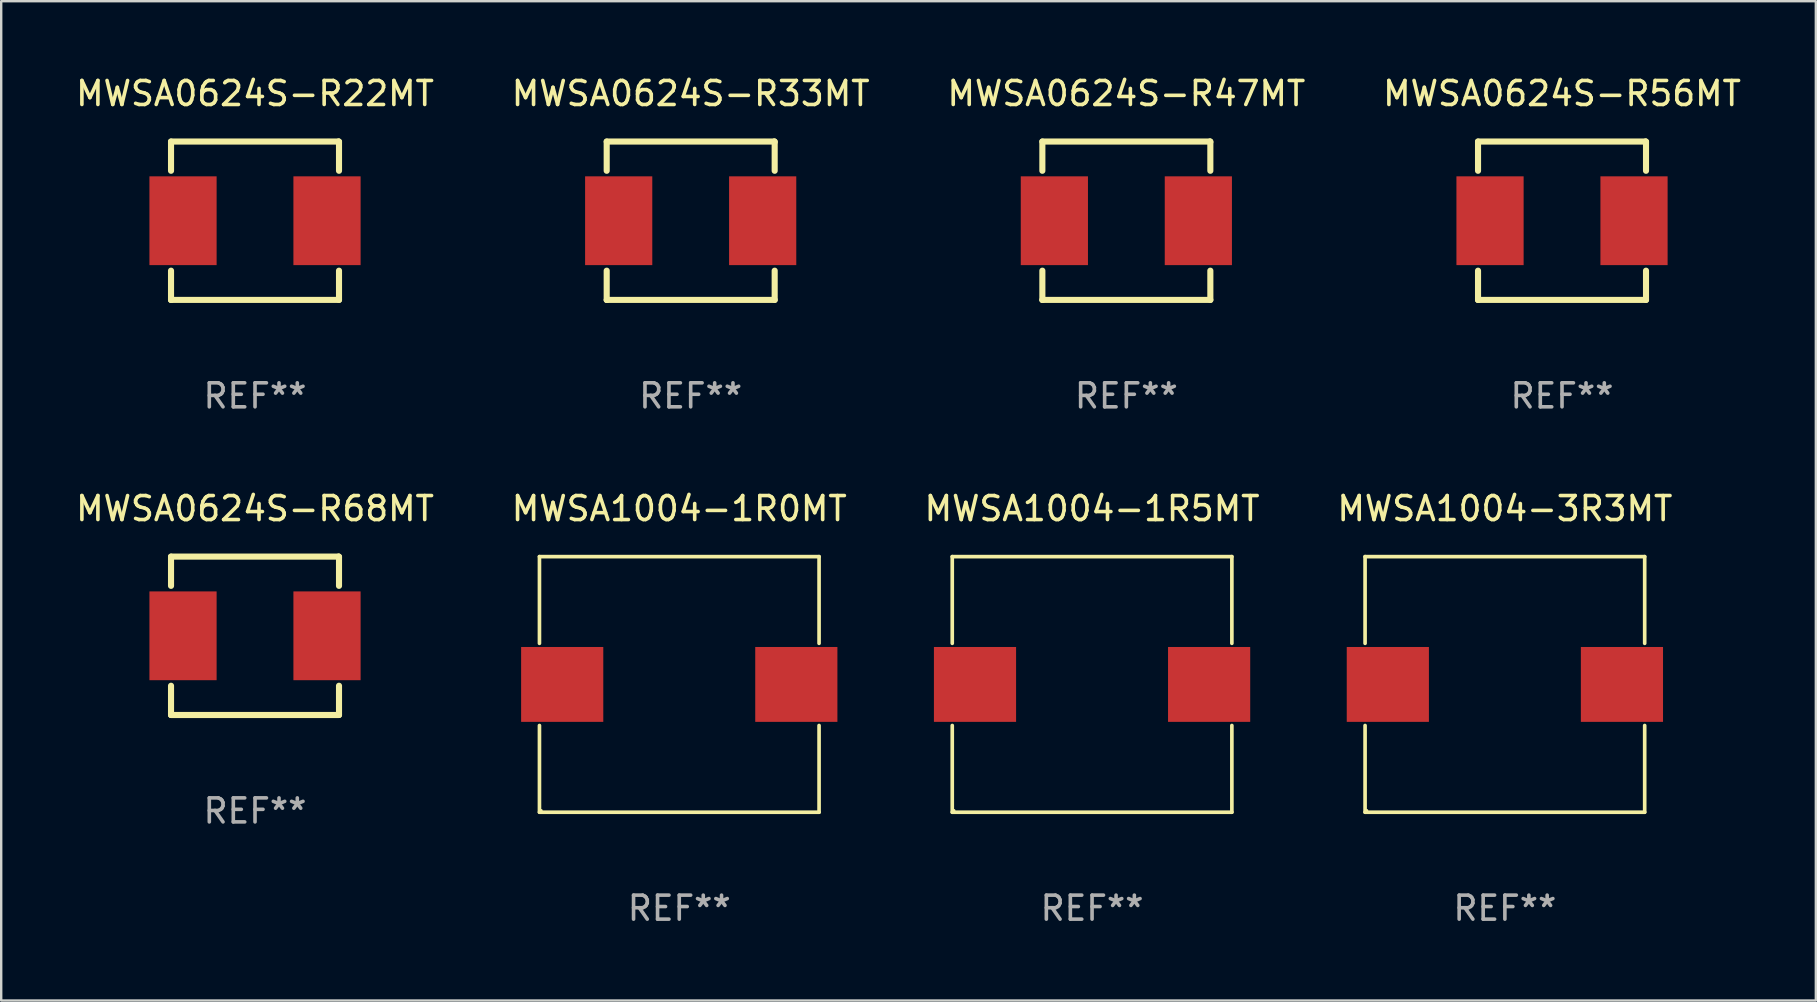
<source format=kicad_pcb>
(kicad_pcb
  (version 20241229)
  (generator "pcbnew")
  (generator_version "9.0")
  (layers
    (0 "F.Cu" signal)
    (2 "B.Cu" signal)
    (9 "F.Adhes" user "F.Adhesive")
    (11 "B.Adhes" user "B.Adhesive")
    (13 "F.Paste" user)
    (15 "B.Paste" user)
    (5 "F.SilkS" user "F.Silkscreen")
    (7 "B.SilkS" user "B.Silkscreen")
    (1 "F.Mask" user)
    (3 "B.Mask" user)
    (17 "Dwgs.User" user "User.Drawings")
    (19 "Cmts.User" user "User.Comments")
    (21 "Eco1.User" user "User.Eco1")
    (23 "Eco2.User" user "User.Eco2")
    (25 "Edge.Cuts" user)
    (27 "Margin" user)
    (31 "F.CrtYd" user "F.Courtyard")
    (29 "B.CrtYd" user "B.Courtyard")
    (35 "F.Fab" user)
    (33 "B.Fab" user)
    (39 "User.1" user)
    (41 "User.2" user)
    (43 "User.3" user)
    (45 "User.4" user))
  (footprint "MWSA0624S-R22MT"
    (layer "F.Cu")
    (at 7.577 6.148)
    (property "Reference" "MWSA0624S-R22MT" (at 0 -5.3 0) (layer "F.SilkS") (effects (font (size 1 1) (thickness 0.15))))
    (attr through_hole)
    (fp_line (start -3.5 -3.3) (end 3.48 -3.3) (stroke (width 0.254) (type solid)) (layer "F.SilkS"))
    (fp_line (start -3.5 -2.081) (end -3.5 -3.3) (stroke (width 0.254) (type solid)) (layer "F.SilkS"))
    (fp_line (start -3.5 3.3) (end -3.5 2.081) (stroke (width 0.254) (type solid)) (layer "F.SilkS"))
    (fp_line (start -3.49 3.3) (end -3.5 3.3) (stroke (width 0.254) (type solid)) (layer "F.SilkS"))
    (fp_line (start 3.48 -3.3) (end 3.5 -3.28) (stroke (width 0.254) (type solid)) (layer "F.SilkS"))
    (fp_line (start 3.5 -3.3) (end 3.5 -2.081) (stroke (width 0.254) (type solid)) (layer "F.SilkS"))
    (fp_line (start 3.5 2.081) (end 3.5 3.3) (stroke (width 0.254) (type solid)) (layer "F.SilkS"))
    (fp_line (start 3.5 3.3) (end -3.49 3.3) (stroke (width 0.254) (type solid)) (layer "F.SilkS"))
    (fp_circle (center -3.5 3.3) (end -3.47 3.3) (stroke (width 0.06) (type solid)) (fill no) (layer "F.SilkS"))
    (fp_text user "REF**" (at 0 7.3 0) (layer "F.Fab") (effects (font (size 1 1) (thickness 0.15))))
    (pad "1" smd rect (at -3 0) (size 2.8 3.7) (layers "F.Cu" "F.Mask" "F.Paste"))
    (pad "2" smd rect (at 3 0) (size 2.8 3.7) (layers "F.Cu" "F.Mask" "F.Paste")))
  (footprint "MWSA0624S-R47MT"
    (layer "F.Cu")
    (at 43.887 6.148)
    (property "Reference" "MWSA0624S-R47MT" (at 0 -5.3 0) (layer "F.SilkS") (effects (font (size 1 1) (thickness 0.15))))
    (attr through_hole)
    (fp_line (start -3.5 -3.3) (end 3.48 -3.3) (stroke (width 0.254) (type solid)) (layer "F.SilkS"))
    (fp_line (start -3.5 -2.081) (end -3.5 -3.3) (stroke (width 0.254) (type solid)) (layer "F.SilkS"))
    (fp_line (start -3.5 3.3) (end -3.5 2.081) (stroke (width 0.254) (type solid)) (layer "F.SilkS"))
    (fp_line (start -3.49 3.3) (end -3.5 3.3) (stroke (width 0.254) (type solid)) (layer "F.SilkS"))
    (fp_line (start 3.48 -3.3) (end 3.5 -3.28) (stroke (width 0.254) (type solid)) (layer "F.SilkS"))
    (fp_line (start 3.5 -3.3) (end 3.5 -2.081) (stroke (width 0.254) (type solid)) (layer "F.SilkS"))
    (fp_line (start 3.5 2.081) (end 3.5 3.3) (stroke (width 0.254) (type solid)) (layer "F.SilkS"))
    (fp_line (start 3.5 3.3) (end -3.49 3.3) (stroke (width 0.254) (type solid)) (layer "F.SilkS"))
    (fp_circle (center -3.5 3.3) (end -3.47 3.3) (stroke (width 0.06) (type solid)) (fill no) (layer "F.SilkS"))
    (fp_text user "REF**" (at 0 7.3 0) (layer "F.Fab") (effects (font (size 1 1) (thickness 0.15))))
    (pad "1" smd rect (at -3 0) (size 2.8 3.7) (layers "F.Cu" "F.Mask" "F.Paste"))
    (pad "2" smd rect (at 3 0) (size 2.8 3.7) (layers "F.Cu" "F.Mask" "F.Paste")))
  (footprint "MWSA0624S-R68MT"
    (layer "F.Cu")
    (at 7.577 23.445)
    (property "Reference" "MWSA0624S-R68MT" (at 0 -5.3 0) (layer "F.SilkS") (effects (font (size 1 1) (thickness 0.15))))
    (attr through_hole)
    (fp_line (start -3.5 -3.3) (end 3.48 -3.3) (stroke (width 0.254) (type solid)) (layer "F.SilkS"))
    (fp_line (start -3.5 -2.081) (end -3.5 -3.3) (stroke (width 0.254) (type solid)) (layer "F.SilkS"))
    (fp_line (start -3.5 3.3) (end -3.5 2.081) (stroke (width 0.254) (type solid)) (layer "F.SilkS"))
    (fp_line (start -3.49 3.3) (end -3.5 3.3) (stroke (width 0.254) (type solid)) (layer "F.SilkS"))
    (fp_line (start 3.48 -3.3) (end 3.5 -3.28) (stroke (width 0.254) (type solid)) (layer "F.SilkS"))
    (fp_line (start 3.5 -3.3) (end 3.5 -2.081) (stroke (width 0.254) (type solid)) (layer "F.SilkS"))
    (fp_line (start 3.5 2.081) (end 3.5 3.3) (stroke (width 0.254) (type solid)) (layer "F.SilkS"))
    (fp_line (start 3.5 3.3) (end -3.49 3.3) (stroke (width 0.254) (type solid)) (layer "F.SilkS"))
    (fp_circle (center -3.5 3.3) (end -3.47 3.3) (stroke (width 0.06) (type solid)) (fill no) (layer "F.SilkS"))
    (fp_text user "REF**" (at 0 7.3 0) (layer "F.Fab") (effects (font (size 1 1) (thickness 0.15))))
    (pad "1" smd rect (at -3 0) (size 2.8 3.7) (layers "F.Cu" "F.Mask" "F.Paste"))
    (pad "2" smd rect (at 3 0) (size 2.8 3.7) (layers "F.Cu" "F.Mask" "F.Paste")))
  (footprint "MWSA0624S-R56MT"
    (layer "F.Cu")
    (at 62.042 6.148)
    (property "Reference" "MWSA0624S-R56MT" (at 0 -5.3 0) (layer "F.SilkS") (effects (font (size 1 1) (thickness 0.15))))
    (attr through_hole)
    (fp_line (start -3.5 -3.3) (end 3.48 -3.3) (stroke (width 0.254) (type solid)) (layer "F.SilkS"))
    (fp_line (start -3.5 -2.081) (end -3.5 -3.3) (stroke (width 0.254) (type solid)) (layer "F.SilkS"))
    (fp_line (start -3.5 3.3) (end -3.5 2.081) (stroke (width 0.254) (type solid)) (layer "F.SilkS"))
    (fp_line (start -3.49 3.3) (end -3.5 3.3) (stroke (width 0.254) (type solid)) (layer "F.SilkS"))
    (fp_line (start 3.48 -3.3) (end 3.5 -3.28) (stroke (width 0.254) (type solid)) (layer "F.SilkS"))
    (fp_line (start 3.5 -3.3) (end 3.5 -2.081) (stroke (width 0.254) (type solid)) (layer "F.SilkS"))
    (fp_line (start 3.5 2.081) (end 3.5 3.3) (stroke (width 0.254) (type solid)) (layer "F.SilkS"))
    (fp_line (start 3.5 3.3) (end -3.49 3.3) (stroke (width 0.254) (type solid)) (layer "F.SilkS"))
    (fp_circle (center -3.5 3.3) (end -3.47 3.3) (stroke (width 0.06) (type solid)) (fill no) (layer "F.SilkS"))
    (fp_text user "REF**" (at 0 7.3 0) (layer "F.Fab") (effects (font (size 1 1) (thickness 0.15))))
    (pad "1" smd rect (at -3 0) (size 2.8 3.7) (layers "F.Cu" "F.Mask" "F.Paste"))
    (pad "2" smd rect (at 3 0) (size 2.8 3.7) (layers "F.Cu" "F.Mask" "F.Paste")))
  (footprint "MWSA1004-3R3MT"
    (layer "F.Cu")
    (at 59.661 25.471)
    (property "Reference" "MWSA1004-3R3MT" (at 0 -7.326 0) (layer "F.SilkS") (effects (font (size 1 1) (thickness 0.15))))
    (attr through_hole)
    (fp_line (start -5.826 -5.326) (end 5.826 -5.326) (stroke (width 0.152) (type solid)) (layer "F.SilkS"))
    (fp_line (start -5.826 -1.712) (end -5.826 -5.326) (stroke (width 0.152) (type solid)) (layer "F.SilkS"))
    (fp_line (start -5.826 1.712) (end -5.826 5.326) (stroke (width 0.152) (type solid)) (layer "F.SilkS"))
    (fp_line (start -5.826 5.326) (end 5.826 5.326) (stroke (width 0.152) (type solid)) (layer "F.SilkS"))
    (fp_line (start 5.826 -5.326) (end 5.826 -1.712) (stroke (width 0.152) (type solid)) (layer "F.SilkS"))
    (fp_line (start 5.826 5.326) (end 5.826 1.712) (stroke (width 0.152) (type solid)) (layer "F.SilkS"))
    (fp_circle (center -5.75 5.25) (end -5.72 5.25) (stroke (width 0.06) (type solid)) (fill no) (layer "F.SilkS"))
    (fp_text user "REF**" (at 0 9.326 0) (layer "F.Fab") (effects (font (size 1 1) (thickness 0.15))))
    (pad "1" smd rect (at 4.878 0) (size 3.424 3.12) (layers "F.Cu" "F.Mask" "F.Paste"))
    (pad "2" smd rect (at -4.878 0) (size 3.424 3.12) (layers "F.Cu" "F.Mask" "F.Paste")))
  (footprint "MWSA1004-1R0MT"
    (layer "F.Cu")
    (at 25.256 25.471)
    (property "Reference" "MWSA1004-1R0MT" (at 0 -7.326 0) (layer "F.SilkS") (effects (font (size 1 1) (thickness 0.15))))
    (attr through_hole)
    (fp_line (start -5.826 -5.326) (end 5.826 -5.326) (stroke (width 0.152) (type solid)) (layer "F.SilkS"))
    (fp_line (start -5.826 -1.712) (end -5.826 -5.326) (stroke (width 0.152) (type solid)) (layer "F.SilkS"))
    (fp_line (start -5.826 1.712) (end -5.826 5.326) (stroke (width 0.152) (type solid)) (layer "F.SilkS"))
    (fp_line (start -5.826 5.326) (end 5.826 5.326) (stroke (width 0.152) (type solid)) (layer "F.SilkS"))
    (fp_line (start 5.826 -5.326) (end 5.826 -1.712) (stroke (width 0.152) (type solid)) (layer "F.SilkS"))
    (fp_line (start 5.826 5.326) (end 5.826 1.712) (stroke (width 0.152) (type solid)) (layer "F.SilkS"))
    (fp_circle (center -5.75 5.25) (end -5.72 5.25) (stroke (width 0.06) (type solid)) (fill no) (layer "F.SilkS"))
    (fp_text user "REF**" (at 0 9.326 0) (layer "F.Fab") (effects (font (size 1 1) (thickness 0.15))))
    (pad "1" smd rect (at 4.878 0) (size 3.424 3.12) (layers "F.Cu" "F.Mask" "F.Paste"))
    (pad "2" smd rect (at -4.878 0) (size 3.424 3.12) (layers "F.Cu" "F.Mask" "F.Paste")))
  (footprint "MWSA1004-1R5MT"
    (layer "F.Cu")
    (at 42.458 25.471)
    (property "Reference" "MWSA1004-1R5MT" (at 0 -7.326 0) (layer "F.SilkS") (effects (font (size 1 1) (thickness 0.15))))
    (attr through_hole)
    (fp_line (start -5.826 -5.326) (end 5.826 -5.326) (stroke (width 0.152) (type solid)) (layer "F.SilkS"))
    (fp_line (start -5.826 -1.712) (end -5.826 -5.326) (stroke (width 0.152) (type solid)) (layer "F.SilkS"))
    (fp_line (start -5.826 1.712) (end -5.826 5.326) (stroke (width 0.152) (type solid)) (layer "F.SilkS"))
    (fp_line (start -5.826 5.326) (end 5.826 5.326) (stroke (width 0.152) (type solid)) (layer "F.SilkS"))
    (fp_line (start 5.826 -5.326) (end 5.826 -1.712) (stroke (width 0.152) (type solid)) (layer "F.SilkS"))
    (fp_line (start 5.826 5.326) (end 5.826 1.712) (stroke (width 0.152) (type solid)) (layer "F.SilkS"))
    (fp_circle (center -5.75 5.25) (end -5.72 5.25) (stroke (width 0.06) (type solid)) (fill no) (layer "F.SilkS"))
    (fp_text user "REF**" (at 0 9.326 0) (layer "F.Fab") (effects (font (size 1 1) (thickness 0.15))))
    (pad "1" smd rect (at 4.878 0) (size 3.424 3.12) (layers "F.Cu" "F.Mask" "F.Paste"))
    (pad "2" smd rect (at -4.878 0) (size 3.424 3.12) (layers "F.Cu" "F.Mask" "F.Paste")))
  (footprint "MWSA0624S-R33MT"
    (layer "F.Cu")
    (at 25.732 6.148)
    (property "Reference" "MWSA0624S-R33MT" (at 0 -5.3 0) (layer "F.SilkS") (effects (font (size 1 1) (thickness 0.15))))
    (attr through_hole)
    (fp_line (start -3.5 -3.3) (end 3.48 -3.3) (stroke (width 0.254) (type solid)) (layer "F.SilkS"))
    (fp_line (start -3.5 -2.081) (end -3.5 -3.3) (stroke (width 0.254) (type solid)) (layer "F.SilkS"))
    (fp_line (start -3.5 3.3) (end -3.5 2.081) (stroke (width 0.254) (type solid)) (layer "F.SilkS"))
    (fp_line (start -3.49 3.3) (end -3.5 3.3) (stroke (width 0.254) (type solid)) (layer "F.SilkS"))
    (fp_line (start 3.48 -3.3) (end 3.5 -3.28) (stroke (width 0.254) (type solid)) (layer "F.SilkS"))
    (fp_line (start 3.5 -3.3) (end 3.5 -2.081) (stroke (width 0.254) (type solid)) (layer "F.SilkS"))
    (fp_line (start 3.5 2.081) (end 3.5 3.3) (stroke (width 0.254) (type solid)) (layer "F.SilkS"))
    (fp_line (start 3.5 3.3) (end -3.49 3.3) (stroke (width 0.254) (type solid)) (layer "F.SilkS"))
    (fp_circle (center -3.5 3.3) (end -3.47 3.3) (stroke (width 0.06) (type solid)) (fill no) (layer "F.SilkS"))
    (fp_text user "REF**" (at 0 7.3 0) (layer "F.Fab") (effects (font (size 1 1) (thickness 0.15))))
    (pad "1" smd rect (at -3 0) (size 2.8 3.7) (layers "F.Cu" "F.Mask" "F.Paste"))
    (pad "2" smd rect (at 3 0) (size 2.8 3.7) (layers "F.Cu" "F.Mask" "F.Paste")))
  (gr_rect
    (start -3 -3)
    (end 72.619 38.645)
    (stroke (width 0.1) (type default))
    (fill no)
    (layer "Edge.Cuts")))
</source>
